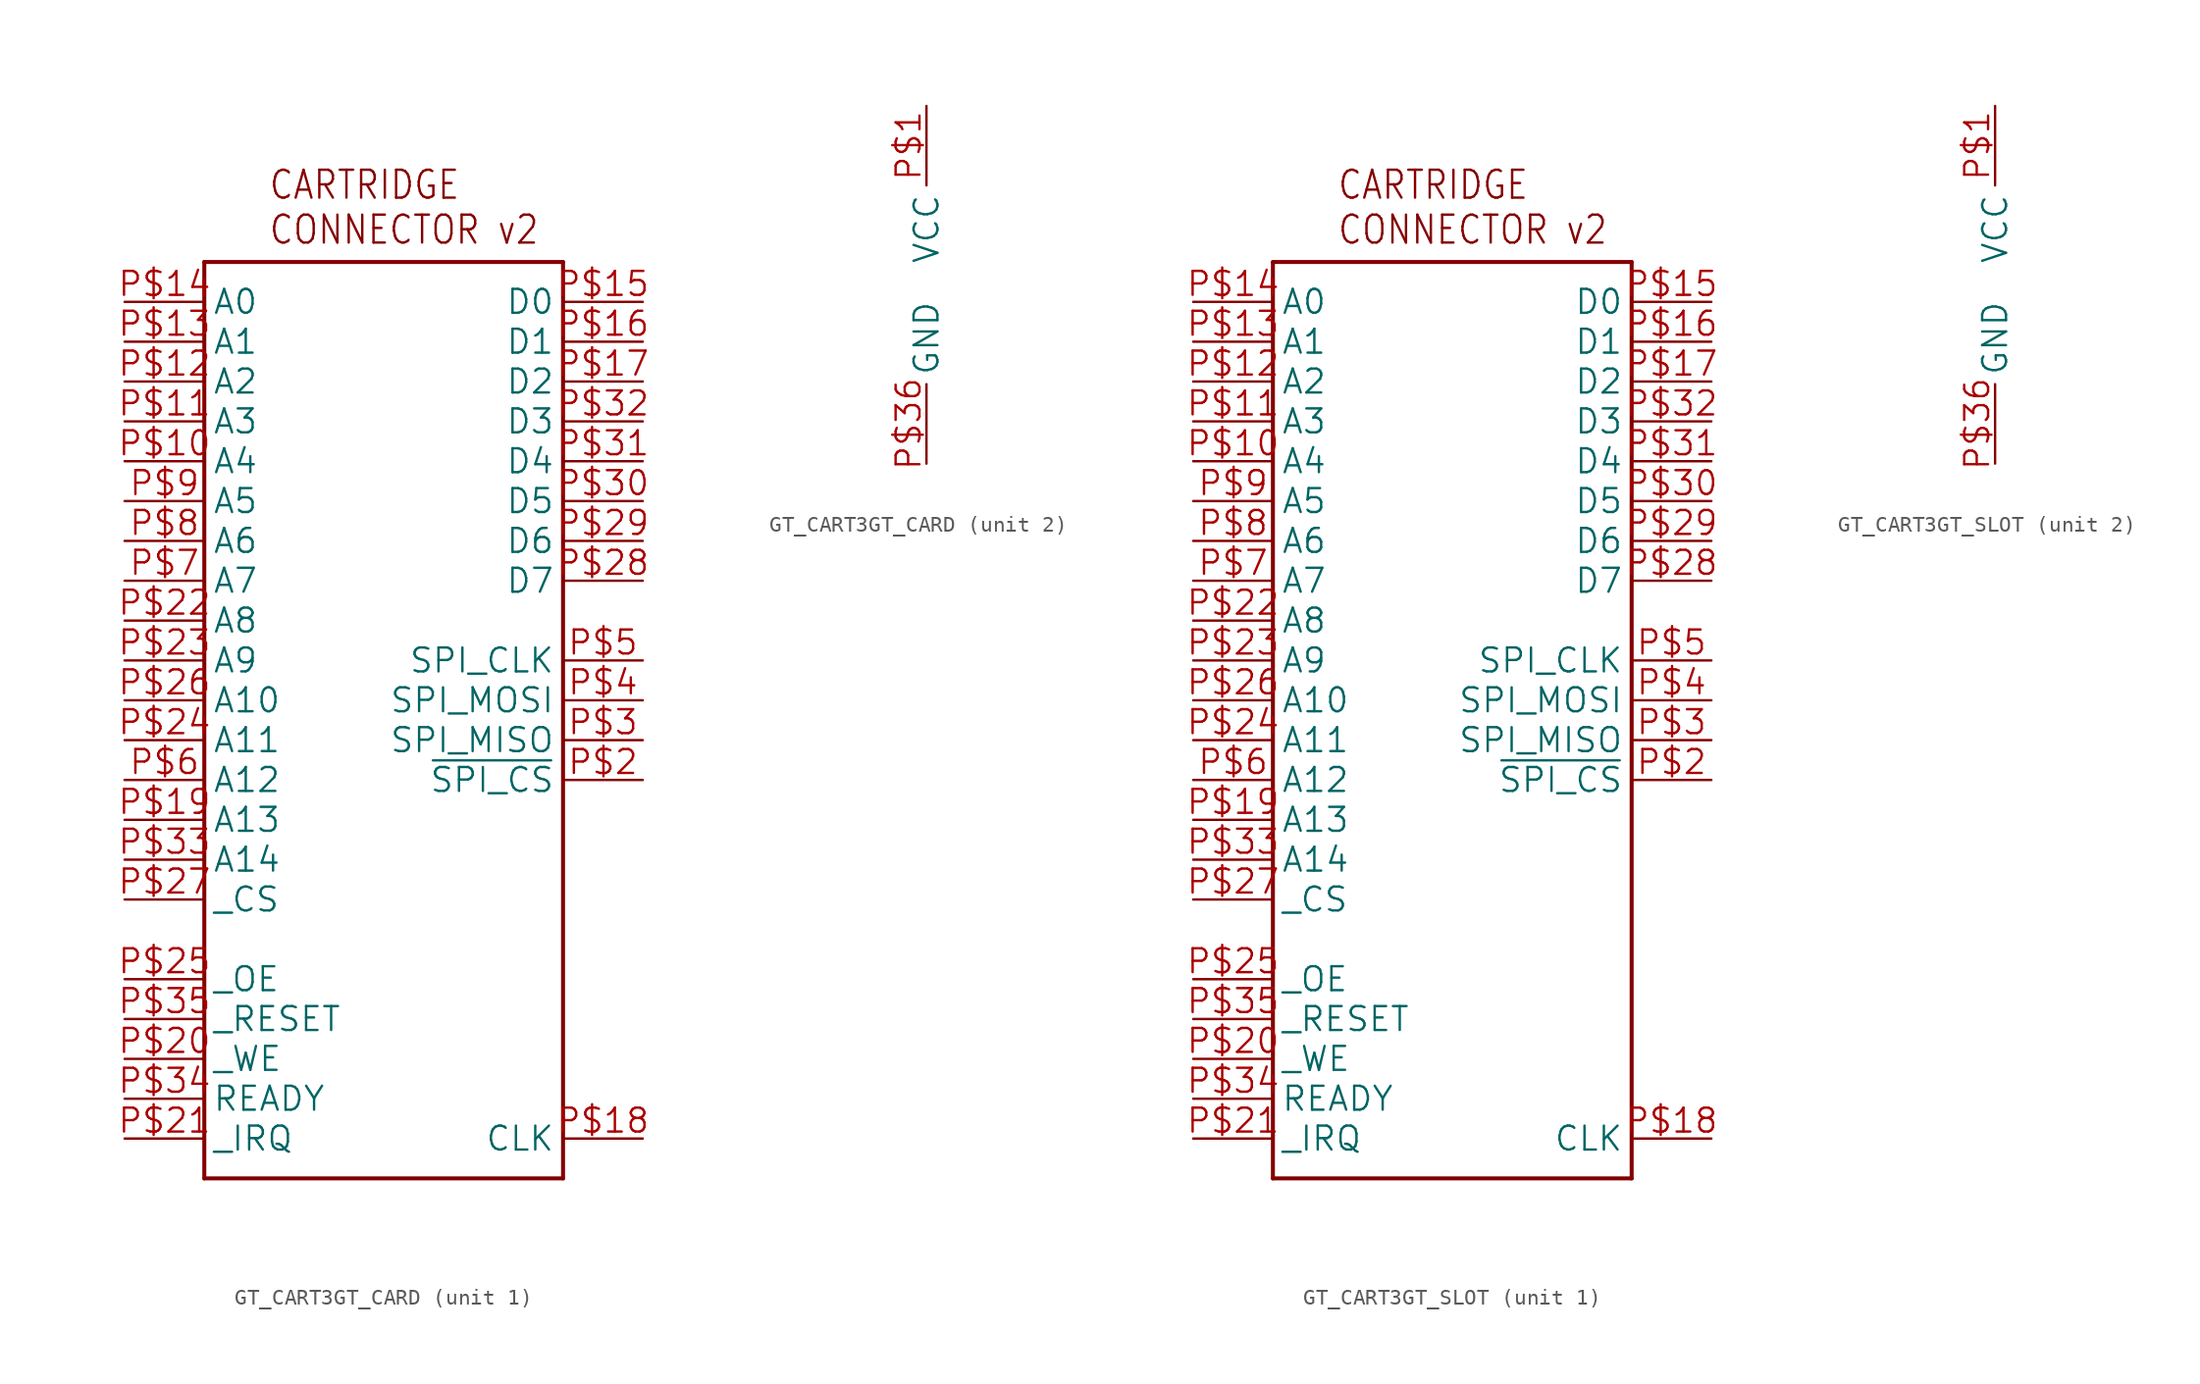
<source format=kicad_sym>
(kicad_symbol_lib
  (version 20241209)
  (generator "kicad_symbol_editor")
  (generator_version "9.0")
  (symbol "GT_CART3GT_CARD"
    (property "Reference" ""
      (at 0 0 0)
      (effects (font (size 1.27 1.27)) (hide yes)))
    (property "ki_locked" ""
      (at 0 0 0)
      (effects (font (size 1.27 1.27))))
    (symbol "GT_CART3GT_CARD_1_0"
      (polyline (pts (xy -10.16 22.86) (xy 12.7 22.86)) (stroke (width 0.254) (type solid)) (fill (type none)))
      (polyline (pts (xy -10.16 -35.56) (xy -10.16 22.86)) (stroke (width 0.254) (type solid)) (fill (type none)))
      (polyline (pts (xy 12.7 22.86) (xy 12.7 -35.56)) (stroke (width 0.254) (type solid)) (fill (type none)))
      (polyline (pts (xy 12.7 -35.56) (xy -10.16 -35.56)) (stroke (width 0.254) (type solid)) (fill (type none)))
      (text "CARTRIDGE\nCONNECTOR v2" (at -6.096 23.876 0) (effects (font (size 1.778 1.511)) (justify left bottom)))
      (pin bidirectional line (at -15.24 20.32 0) (length 5.08) (name "A0" (effects (font (size 1.524 1.524)))) (number "P$14" (effects (font (size 1.524 1.524)))))
      (pin bidirectional line (at -15.24 17.78 0) (length 5.08) (name "A1" (effects (font (size 1.524 1.524)))) (number "P$13" (effects (font (size 1.524 1.524)))))
      (pin bidirectional line (at -15.24 15.24 0) (length 5.08) (name "A2" (effects (font (size 1.524 1.524)))) (number "P$12" (effects (font (size 1.524 1.524)))))
      (pin bidirectional line (at -15.24 12.7 0) (length 5.08) (name "A3" (effects (font (size 1.524 1.524)))) (number "P$11" (effects (font (size 1.524 1.524)))))
      (pin bidirectional line (at -15.24 10.16 0) (length 5.08) (name "A4" (effects (font (size 1.524 1.524)))) (number "P$10" (effects (font (size 1.524 1.524)))))
      (pin bidirectional line (at -15.24 7.62 0) (length 5.08) (name "A5" (effects (font (size 1.524 1.524)))) (number "P$9" (effects (font (size 1.524 1.524)))))
      (pin bidirectional line (at -15.24 5.08 0) (length 5.08) (name "A6" (effects (font (size 1.524 1.524)))) (number "P$8" (effects (font (size 1.524 1.524)))))
      (pin bidirectional line (at -15.24 2.54 0) (length 5.08) (name "A7" (effects (font (size 1.524 1.524)))) (number "P$7" (effects (font (size 1.524 1.524)))))
      (pin bidirectional line (at -15.24 0 0) (length 5.08) (name "A8" (effects (font (size 1.524 1.524)))) (number "P$22" (effects (font (size 1.524 1.524)))))
      (pin bidirectional line (at -15.24 -2.54 0) (length 5.08) (name "A9" (effects (font (size 1.524 1.524)))) (number "P$23" (effects (font (size 1.524 1.524)))))
      (pin bidirectional line (at -15.24 -5.08 0) (length 5.08) (name "A10" (effects (font (size 1.524 1.524)))) (number "P$26" (effects (font (size 1.524 1.524)))))
      (pin bidirectional line (at -15.24 -7.62 0) (length 5.08) (name "A11" (effects (font (size 1.524 1.524)))) (number "P$24" (effects (font (size 1.524 1.524)))))
      (pin bidirectional line (at -15.24 -10.16 0) (length 5.08) (name "A12" (effects (font (size 1.524 1.524)))) (number "P$6" (effects (font (size 1.524 1.524)))))
      (pin bidirectional line (at -15.24 -12.7 0) (length 5.08) (name "A13" (effects (font (size 1.524 1.524)))) (number "P$19" (effects (font (size 1.524 1.524)))))
      (pin bidirectional line (at -15.24 -15.24 0) (length 5.08) (name "A14" (effects (font (size 1.524 1.524)))) (number "P$33" (effects (font (size 1.524 1.524)))))
      (pin bidirectional line (at -15.24 -17.78 0) (length 5.08) (name "_CS" (effects (font (size 1.524 1.524)))) (number "P$27" (effects (font (size 1.524 1.524)))))
      (pin bidirectional line (at -15.24 -22.86 0) (length 5.08) (name "_OE" (effects (font (size 1.524 1.524)))) (number "P$25" (effects (font (size 1.524 1.524)))))
      (pin bidirectional line (at -15.24 -25.4 0) (length 5.08) (name "_RESET" (effects (font (size 1.524 1.524)))) (number "P$35" (effects (font (size 1.524 1.524)))))
      (pin bidirectional line (at -15.24 -27.94 0) (length 5.08) (name "_WE" (effects (font (size 1.524 1.524)))) (number "P$20" (effects (font (size 1.524 1.524)))))
      (pin bidirectional line (at -15.24 -30.48 0) (length 5.08) (name "READY" (effects (font (size 1.524 1.524)))) (number "P$34" (effects (font (size 1.524 1.524)))))
      (pin bidirectional line (at -15.24 -33.02 0) (length 5.08) (name "_IRQ" (effects (font (size 1.524 1.524)))) (number "P$21" (effects (font (size 1.524 1.524)))))
      (pin bidirectional line (at 17.78 20.32 180) (length 5.08) (name "D0" (effects (font (size 1.524 1.524)))) (number "P$15" (effects (font (size 1.524 1.524)))))
      (pin bidirectional line (at 17.78 17.78 180) (length 5.08) (name "D1" (effects (font (size 1.524 1.524)))) (number "P$16" (effects (font (size 1.524 1.524)))))
      (pin bidirectional line (at 17.78 15.24 180) (length 5.08) (name "D2" (effects (font (size 1.524 1.524)))) (number "P$17" (effects (font (size 1.524 1.524)))))
      (pin bidirectional line (at 17.78 12.7 180) (length 5.08) (name "D3" (effects (font (size 1.524 1.524)))) (number "P$32" (effects (font (size 1.524 1.524)))))
      (pin bidirectional line (at 17.78 10.16 180) (length 5.08) (name "D4" (effects (font (size 1.524 1.524)))) (number "P$31" (effects (font (size 1.524 1.524)))))
      (pin bidirectional line (at 17.78 7.62 180) (length 5.08) (name "D5" (effects (font (size 1.524 1.524)))) (number "P$30" (effects (font (size 1.524 1.524)))))
      (pin bidirectional line (at 17.78 5.08 180) (length 5.08) (name "D6" (effects (font (size 1.524 1.524)))) (number "P$29" (effects (font (size 1.524 1.524)))))
      (pin bidirectional line (at 17.78 2.54 180) (length 5.08) (name "D7" (effects (font (size 1.524 1.524)))) (number "P$28" (effects (font (size 1.524 1.524)))))
      (pin bidirectional line (at 17.78 -2.54 180) (length 5.08) (name "SPI_CLK" (effects (font (size 1.524 1.524)))) (number "P$5" (effects (font (size 1.524 1.524)))))
      (pin bidirectional line (at 17.78 -5.08 180) (length 5.08) (name "SPI_MOSI" (effects (font (size 1.524 1.524)))) (number "P$4" (effects (font (size 1.524 1.524)))))
      (pin bidirectional line (at 17.78 -7.62 180) (length 5.08) (name "SPI_MISO" (effects (font (size 1.524 1.524)))) (number "P$3" (effects (font (size 1.524 1.524)))))
      (pin bidirectional line (at 17.78 -10.16 180) (length 5.08) (name "~{SPI_CS}" (effects (font (size 1.524 1.524)))) (number "P$2" (effects (font (size 1.524 1.524)))))
      (pin bidirectional line (at 17.78 -33.02 180) (length 5.08) (name "CLK" (effects (font (size 1.524 1.524)))) (number "P$18" (effects (font (size 1.524 1.524))))))
    (symbol "GT_CART3GT_CARD_2_0"
      (pin power_in line (at 0 12.7 270) (length 5.08) (name "VCC" (effects (font (size 1.524 1.524)))) (number "P$1" (effects (font (size 1.524 1.524)))))
      (pin power_in line (at 0 -10.16 90) (length 5.08) (name "GND" (effects (font (size 1.524 1.524)))) (number "P$36" (effects (font (size 1.524 1.524)))))))
  (symbol "GT_CART3GT_SLOT"
    (property "Reference" ""
      (at 0 0 0)
      (effects (font (size 1.27 1.27)) (hide yes)))
    (property "ki_locked" ""
      (at 0 0 0)
      (effects (font (size 1.27 1.27))))
    (symbol "GT_CART3GT_SLOT_1_0"
      (polyline (pts (xy -10.16 22.86) (xy 12.7 22.86)) (stroke (width 0.254) (type solid)) (fill (type none)))
      (polyline (pts (xy -10.16 -35.56) (xy -10.16 22.86)) (stroke (width 0.254) (type solid)) (fill (type none)))
      (polyline (pts (xy 12.7 22.86) (xy 12.7 -35.56)) (stroke (width 0.254) (type solid)) (fill (type none)))
      (polyline (pts (xy 12.7 -35.56) (xy -10.16 -35.56)) (stroke (width 0.254) (type solid)) (fill (type none)))
      (text "CARTRIDGE\nCONNECTOR v2" (at -6.096 23.876 0) (effects (font (size 1.778 1.511)) (justify left bottom)))
      (pin bidirectional line (at -15.24 20.32 0) (length 5.08) (name "A0" (effects (font (size 1.524 1.524)))) (number "P$14" (effects (font (size 1.524 1.524)))))
      (pin bidirectional line (at -15.24 17.78 0) (length 5.08) (name "A1" (effects (font (size 1.524 1.524)))) (number "P$13" (effects (font (size 1.524 1.524)))))
      (pin bidirectional line (at -15.24 15.24 0) (length 5.08) (name "A2" (effects (font (size 1.524 1.524)))) (number "P$12" (effects (font (size 1.524 1.524)))))
      (pin bidirectional line (at -15.24 12.7 0) (length 5.08) (name "A3" (effects (font (size 1.524 1.524)))) (number "P$11" (effects (font (size 1.524 1.524)))))
      (pin bidirectional line (at -15.24 10.16 0) (length 5.08) (name "A4" (effects (font (size 1.524 1.524)))) (number "P$10" (effects (font (size 1.524 1.524)))))
      (pin bidirectional line (at -15.24 7.62 0) (length 5.08) (name "A5" (effects (font (size 1.524 1.524)))) (number "P$9" (effects (font (size 1.524 1.524)))))
      (pin bidirectional line (at -15.24 5.08 0) (length 5.08) (name "A6" (effects (font (size 1.524 1.524)))) (number "P$8" (effects (font (size 1.524 1.524)))))
      (pin bidirectional line (at -15.24 2.54 0) (length 5.08) (name "A7" (effects (font (size 1.524 1.524)))) (number "P$7" (effects (font (size 1.524 1.524)))))
      (pin bidirectional line (at -15.24 0 0) (length 5.08) (name "A8" (effects (font (size 1.524 1.524)))) (number "P$22" (effects (font (size 1.524 1.524)))))
      (pin bidirectional line (at -15.24 -2.54 0) (length 5.08) (name "A9" (effects (font (size 1.524 1.524)))) (number "P$23" (effects (font (size 1.524 1.524)))))
      (pin bidirectional line (at -15.24 -5.08 0) (length 5.08) (name "A10" (effects (font (size 1.524 1.524)))) (number "P$26" (effects (font (size 1.524 1.524)))))
      (pin bidirectional line (at -15.24 -7.62 0) (length 5.08) (name "A11" (effects (font (size 1.524 1.524)))) (number "P$24" (effects (font (size 1.524 1.524)))))
      (pin bidirectional line (at -15.24 -10.16 0) (length 5.08) (name "A12" (effects (font (size 1.524 1.524)))) (number "P$6" (effects (font (size 1.524 1.524)))))
      (pin bidirectional line (at -15.24 -12.7 0) (length 5.08) (name "A13" (effects (font (size 1.524 1.524)))) (number "P$19" (effects (font (size 1.524 1.524)))))
      (pin bidirectional line (at -15.24 -15.24 0) (length 5.08) (name "A14" (effects (font (size 1.524 1.524)))) (number "P$33" (effects (font (size 1.524 1.524)))))
      (pin bidirectional line (at -15.24 -17.78 0) (length 5.08) (name "_CS" (effects (font (size 1.524 1.524)))) (number "P$27" (effects (font (size 1.524 1.524)))))
      (pin bidirectional line (at -15.24 -22.86 0) (length 5.08) (name "_OE" (effects (font (size 1.524 1.524)))) (number "P$25" (effects (font (size 1.524 1.524)))))
      (pin bidirectional line (at -15.24 -25.4 0) (length 5.08) (name "_RESET" (effects (font (size 1.524 1.524)))) (number "P$35" (effects (font (size 1.524 1.524)))))
      (pin bidirectional line (at -15.24 -27.94 0) (length 5.08) (name "_WE" (effects (font (size 1.524 1.524)))) (number "P$20" (effects (font (size 1.524 1.524)))))
      (pin bidirectional line (at -15.24 -30.48 0) (length 5.08) (name "READY" (effects (font (size 1.524 1.524)))) (number "P$34" (effects (font (size 1.524 1.524)))))
      (pin bidirectional line (at -15.24 -33.02 0) (length 5.08) (name "_IRQ" (effects (font (size 1.524 1.524)))) (number "P$21" (effects (font (size 1.524 1.524)))))
      (pin bidirectional line (at 17.78 20.32 180) (length 5.08) (name "D0" (effects (font (size 1.524 1.524)))) (number "P$15" (effects (font (size 1.524 1.524)))))
      (pin bidirectional line (at 17.78 17.78 180) (length 5.08) (name "D1" (effects (font (size 1.524 1.524)))) (number "P$16" (effects (font (size 1.524 1.524)))))
      (pin bidirectional line (at 17.78 15.24 180) (length 5.08) (name "D2" (effects (font (size 1.524 1.524)))) (number "P$17" (effects (font (size 1.524 1.524)))))
      (pin bidirectional line (at 17.78 12.7 180) (length 5.08) (name "D3" (effects (font (size 1.524 1.524)))) (number "P$32" (effects (font (size 1.524 1.524)))))
      (pin bidirectional line (at 17.78 10.16 180) (length 5.08) (name "D4" (effects (font (size 1.524 1.524)))) (number "P$31" (effects (font (size 1.524 1.524)))))
      (pin bidirectional line (at 17.78 7.62 180) (length 5.08) (name "D5" (effects (font (size 1.524 1.524)))) (number "P$30" (effects (font (size 1.524 1.524)))))
      (pin bidirectional line (at 17.78 5.08 180) (length 5.08) (name "D6" (effects (font (size 1.524 1.524)))) (number "P$29" (effects (font (size 1.524 1.524)))))
      (pin bidirectional line (at 17.78 2.54 180) (length 5.08) (name "D7" (effects (font (size 1.524 1.524)))) (number "P$28" (effects (font (size 1.524 1.524)))))
      (pin bidirectional line (at 17.78 -2.54 180) (length 5.08) (name "SPI_CLK" (effects (font (size 1.524 1.524)))) (number "P$5" (effects (font (size 1.524 1.524)))))
      (pin bidirectional line (at 17.78 -5.08 180) (length 5.08) (name "SPI_MOSI" (effects (font (size 1.524 1.524)))) (number "P$4" (effects (font (size 1.524 1.524)))))
      (pin bidirectional line (at 17.78 -7.62 180) (length 5.08) (name "SPI_MISO" (effects (font (size 1.524 1.524)))) (number "P$3" (effects (font (size 1.524 1.524)))))
      (pin bidirectional line (at 17.78 -10.16 180) (length 5.08) (name "~{SPI_CS}" (effects (font (size 1.524 1.524)))) (number "P$2" (effects (font (size 1.524 1.524)))))
      (pin bidirectional line (at 17.78 -33.02 180) (length 5.08) (name "CLK" (effects (font (size 1.524 1.524)))) (number "P$18" (effects (font (size 1.524 1.524))))))
    (symbol "GT_CART3GT_SLOT_2_0"
      (pin power_in line (at 0 12.7 270) (length 5.08) (name "VCC" (effects (font (size 1.524 1.524)))) (number "P$1" (effects (font (size 1.524 1.524)))))
      (pin power_in line (at 0 -10.16 90) (length 5.08) (name "GND" (effects (font (size 1.524 1.524)))) (number "P$36" (effects (font (size 1.524 1.524))))))))
</source>
